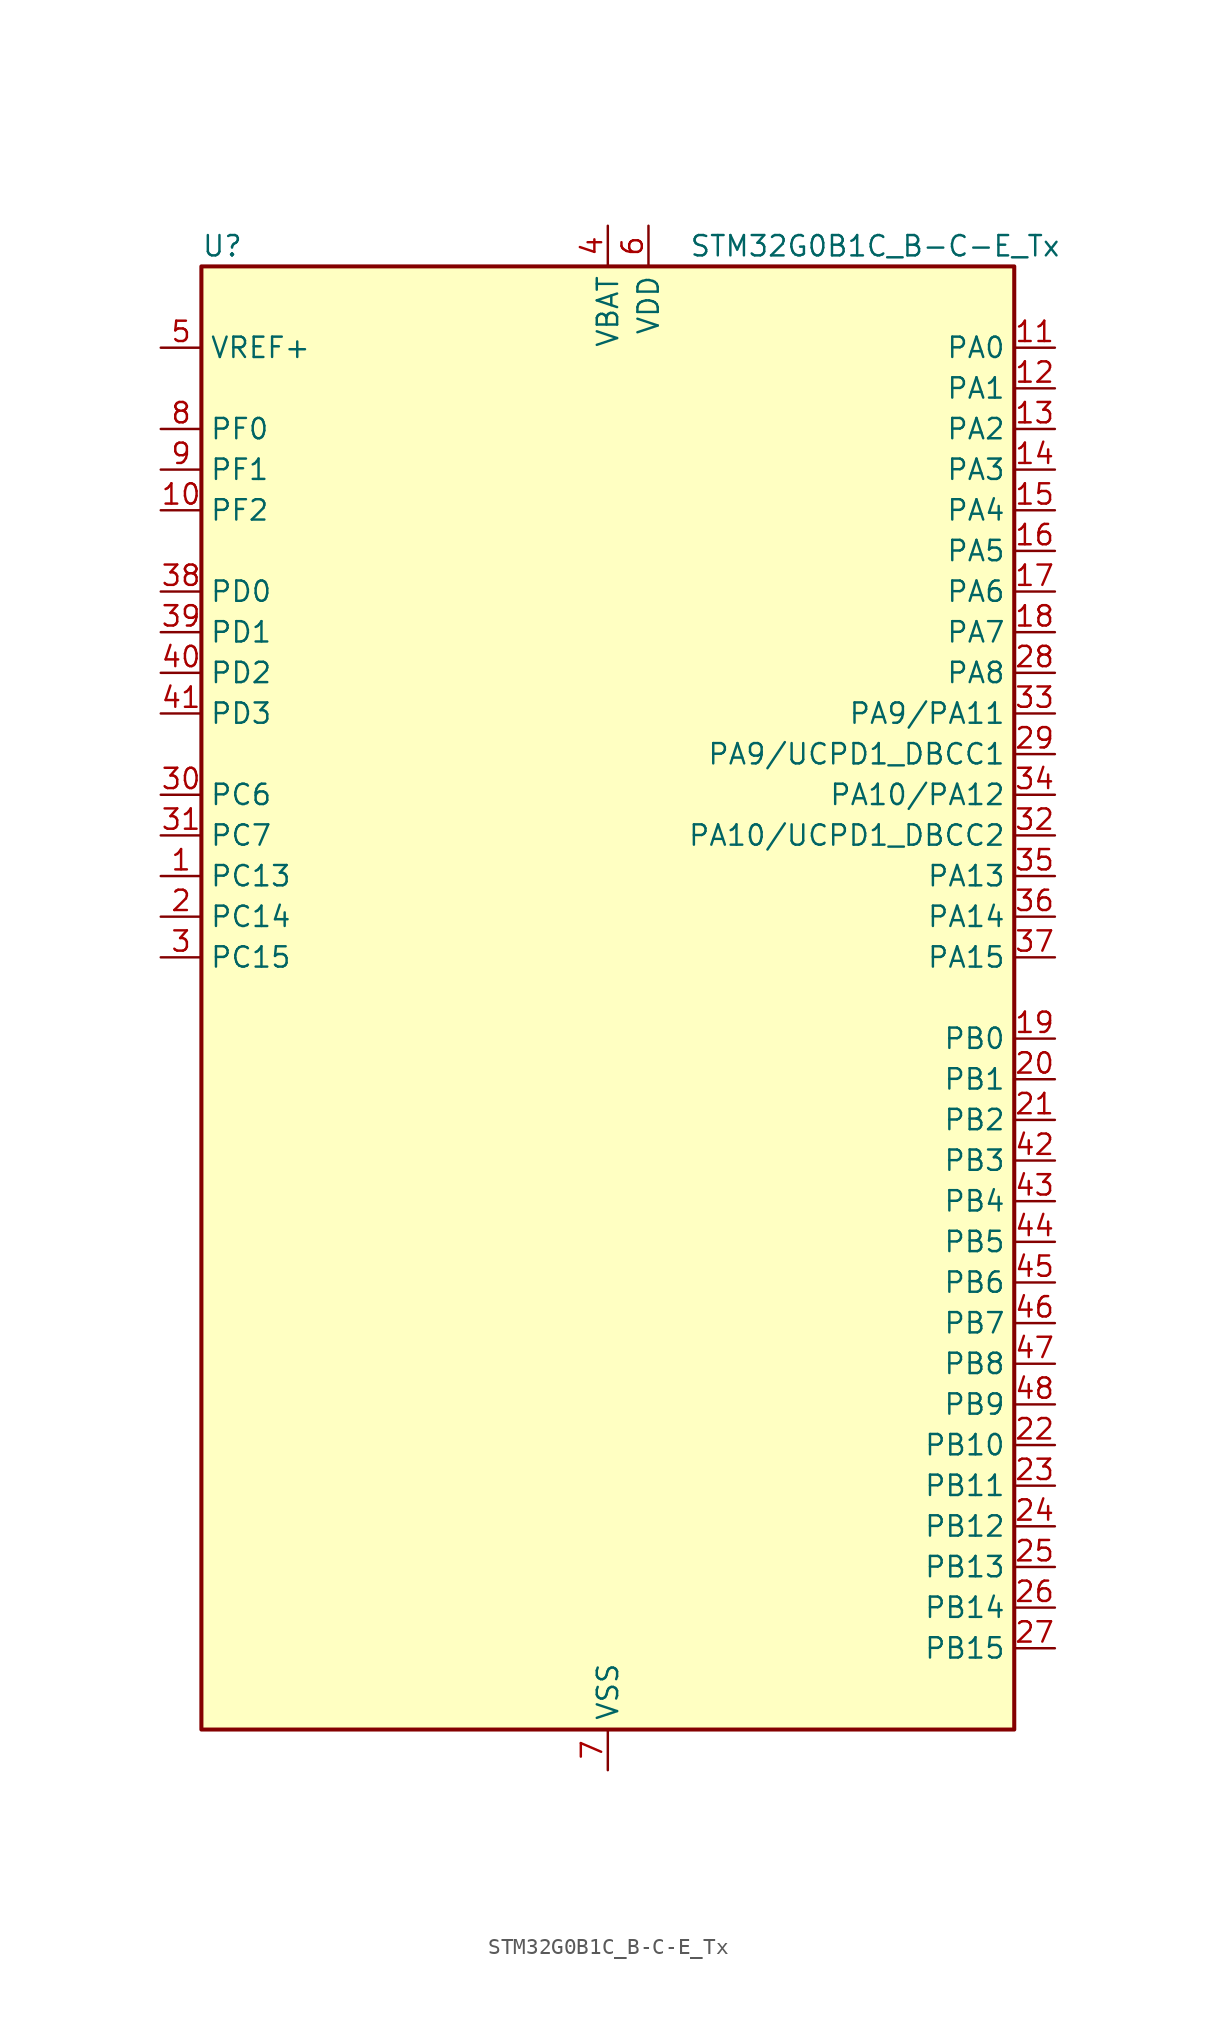
<source format=kicad_sym>
(kicad_symbol_lib
  (version 20231120)
  (generator "kicad-library-utils")
  (generator_version "8.0")
  (symbol "STM32G0B1C_B-C-E_Tx"
    (property "Reference" "U"
      (at -25.4 46.99 0)
      (effects (font (size 1.27 1.27)) (justify left)))
    (property "Value" "STM32G0B1C_B-C-E_Tx"
      (at 5.08 46.99 0)
      (effects (font (size 1.27 1.27)) (justify left)))
    (symbol "STM32G0B1C_B-C-E_Tx_0_1"
      (rectangle (start -25.4 -45.72) (end 25.4 45.72) (stroke (width 0.254) (type default)) (fill (type background))))
    (symbol "STM32G0B1C_B-C-E_Tx_1_1"
      (pin bidirectional line (at -27.94 7.62 0) (length 2.54) (name "PC13" (effects (font (size 1.27 1.27)))) (number "1" (effects (font (size 1.27 1.27)))) (alternate "RTC_OUT1" bidirectional line) (alternate "RTC_TAMP_IN1" bidirectional line) (alternate "RTC_TS" bidirectional line) (alternate "SYS_WKUP2" bidirectional line) (alternate "TIM1_BK" bidirectional line))
      (pin bidirectional line (at -27.94 30.48 0) (length 2.54) (name "PF2" (effects (font (size 1.27 1.27)))) (number "10" (effects (font (size 1.27 1.27)))) (alternate "LPUART2_DE" bidirectional line) (alternate "LPUART2_RTS" bidirectional line) (alternate "LPUART2_TX" bidirectional line) (alternate "RCC_MCO" bidirectional line))
      (pin bidirectional line (at 27.94 40.64 180) (length 2.54) (name "PA0" (effects (font (size 1.27 1.27)))) (number "11" (effects (font (size 1.27 1.27)))) (alternate "ADC1_IN0" bidirectional line) (alternate "COMP1_INM" bidirectional line) (alternate "COMP1_OUT" bidirectional line) (alternate "I2S2_CK" bidirectional line) (alternate "LPTIM1_OUT" bidirectional line) (alternate "RTC_TAMP_IN2" bidirectional line) (alternate "SPI2_SCK" bidirectional line) (alternate "SYS_WKUP1" bidirectional line) (alternate "TIM2_CH1" bidirectional line) (alternate "TIM2_ETR" bidirectional line) (alternate "UCPD2_FRSTX1" bidirectional line) (alternate "UCPD2_FRSTX2" bidirectional line) (alternate "USART2_CTS" bidirectional line) (alternate "USART2_NSS" bidirectional line) (alternate "USART4_TX" bidirectional line))
      (pin bidirectional line (at 27.94 38.1 180) (length 2.54) (name "PA1" (effects (font (size 1.27 1.27)))) (number "12" (effects (font (size 1.27 1.27)))) (alternate "ADC1_IN1" bidirectional line) (alternate "COMP1_INP" bidirectional line) (alternate "I2C1_SMBA" bidirectional line) (alternate "I2S1_CK" bidirectional line) (alternate "SPI1_SCK" bidirectional line) (alternate "TIM15_CH1N" bidirectional line) (alternate "TIM2_CH2" bidirectional line) (alternate "USART2_CK" bidirectional line) (alternate "USART2_DE" bidirectional line) (alternate "USART2_RTS" bidirectional line) (alternate "USART4_RX" bidirectional line))
      (pin bidirectional line (at 27.94 35.56 180) (length 2.54) (name "PA2" (effects (font (size 1.27 1.27)))) (number "13" (effects (font (size 1.27 1.27)))) (alternate "ADC1_IN2" bidirectional line) (alternate "COMP2_INM" bidirectional line) (alternate "COMP2_OUT" bidirectional line) (alternate "I2S1_SD" bidirectional line) (alternate "LPUART1_TX" bidirectional line) (alternate "RCC_LSCO" bidirectional line) (alternate "SPI1_MOSI" bidirectional line) (alternate "SYS_WKUP4" bidirectional line) (alternate "TIM15_CH1" bidirectional line) (alternate "TIM2_CH3" bidirectional line) (alternate "UCPD1_FRSTX1" bidirectional line) (alternate "UCPD1_FRSTX2" bidirectional line) (alternate "USART2_TX" bidirectional line))
      (pin bidirectional line (at 27.94 33.02 180) (length 2.54) (name "PA3" (effects (font (size 1.27 1.27)))) (number "14" (effects (font (size 1.27 1.27)))) (alternate "ADC1_IN3" bidirectional line) (alternate "COMP2_INP" bidirectional line) (alternate "I2S2_MCK" bidirectional line) (alternate "LPUART1_RX" bidirectional line) (alternate "SPI2_MISO" bidirectional line) (alternate "TIM15_CH2" bidirectional line) (alternate "TIM2_CH4" bidirectional line) (alternate "UCPD2_FRSTX1" bidirectional line) (alternate "UCPD2_FRSTX2" bidirectional line) (alternate "USART2_RX" bidirectional line))
      (pin bidirectional line (at 27.94 30.48 180) (length 2.54) (name "PA4" (effects (font (size 1.27 1.27)))) (number "15" (effects (font (size 1.27 1.27)))) (alternate "ADC1_IN4" bidirectional line) (alternate "DAC1_OUT1" bidirectional line) (alternate "I2S1_WS" bidirectional line) (alternate "I2S2_SD" bidirectional line) (alternate "LPTIM2_OUT" bidirectional line) (alternate "RTC_OUT2" bidirectional line) (alternate "SPI1_NSS" bidirectional line) (alternate "SPI2_MOSI" bidirectional line) (alternate "SPI3_NSS" bidirectional line) (alternate "TIM14_CH1" bidirectional line) (alternate "UCPD2_FRSTX1" bidirectional line) (alternate "UCPD2_FRSTX2" bidirectional line) (alternate "USART6_TX" bidirectional line) (alternate "USB_NOE" bidirectional line))
      (pin bidirectional line (at 27.94 27.94 180) (length 2.54) (name "PA5" (effects (font (size 1.27 1.27)))) (number "16" (effects (font (size 1.27 1.27)))) (alternate "ADC1_IN5" bidirectional line) (alternate "CEC" bidirectional line) (alternate "DAC1_OUT2" bidirectional line) (alternate "I2S1_CK" bidirectional line) (alternate "LPTIM2_ETR" bidirectional line) (alternate "SPI1_SCK" bidirectional line) (alternate "TIM2_CH1" bidirectional line) (alternate "TIM2_ETR" bidirectional line) (alternate "UCPD1_FRSTX1" bidirectional line) (alternate "UCPD1_FRSTX2" bidirectional line) (alternate "USART3_TX" bidirectional line) (alternate "USART6_RX" bidirectional line))
      (pin bidirectional line (at 27.94 25.4 180) (length 2.54) (name "PA6" (effects (font (size 1.27 1.27)))) (number "17" (effects (font (size 1.27 1.27)))) (alternate "ADC1_IN6" bidirectional line) (alternate "COMP1_OUT" bidirectional line) (alternate "I2C2_SDA" bidirectional line) (alternate "I2C3_SDA" bidirectional line) (alternate "I2S1_MCK" bidirectional line) (alternate "LPUART1_CTS" bidirectional line) (alternate "SPI1_MISO" bidirectional line) (alternate "TIM16_CH1" bidirectional line) (alternate "TIM1_BK" bidirectional line) (alternate "TIM3_CH1" bidirectional line) (alternate "USART3_CTS" bidirectional line) (alternate "USART3_NSS" bidirectional line) (alternate "USART6_CTS" bidirectional line) (alternate "USART6_NSS" bidirectional line))
      (pin bidirectional line (at 27.94 22.86 180) (length 2.54) (name "PA7" (effects (font (size 1.27 1.27)))) (number "18" (effects (font (size 1.27 1.27)))) (alternate "ADC1_IN7" bidirectional line) (alternate "COMP2_OUT" bidirectional line) (alternate "I2C2_SCL" bidirectional line) (alternate "I2C3_SCL" bidirectional line) (alternate "I2S1_SD" bidirectional line) (alternate "SPI1_MOSI" bidirectional line) (alternate "TIM14_CH1" bidirectional line) (alternate "TIM17_CH1" bidirectional line) (alternate "TIM1_CH1N" bidirectional line) (alternate "TIM3_CH2" bidirectional line) (alternate "UCPD1_FRSTX1" bidirectional line) (alternate "UCPD1_FRSTX2" bidirectional line) (alternate "USART6_CK" bidirectional line) (alternate "USART6_DE" bidirectional line) (alternate "USART6_RTS" bidirectional line))
      (pin bidirectional line (at 27.94 -2.54 180) (length 2.54) (name "PB0" (effects (font (size 1.27 1.27)))) (number "19" (effects (font (size 1.27 1.27)))) (alternate "ADC1_IN8" bidirectional line) (alternate "COMP1_OUT" bidirectional line) (alternate "COMP3_INP" bidirectional line) (alternate "FDCAN2_RX" bidirectional line) (alternate "I2S1_WS" bidirectional line) (alternate "LPTIM1_OUT" bidirectional line) (alternate "LPUART2_CTS" bidirectional line) (alternate "SPI1_NSS" bidirectional line) (alternate "TIM1_CH2N" bidirectional line) (alternate "TIM3_CH3" bidirectional line) (alternate "UCPD1_FRSTX1" bidirectional line) (alternate "UCPD1_FRSTX2" bidirectional line) (alternate "USART3_RX" bidirectional line) (alternate "USART5_TX" bidirectional line))
      (pin bidirectional line (at -27.94 5.08 0) (length 2.54) (name "PC14" (effects (font (size 1.27 1.27)))) (number "2" (effects (font (size 1.27 1.27)))) (alternate "RCC_OSC32_IN" bidirectional line) (alternate "TIM1_BK2" bidirectional line))
      (pin bidirectional line (at 27.94 -5.08 180) (length 2.54) (name "PB1" (effects (font (size 1.27 1.27)))) (number "20" (effects (font (size 1.27 1.27)))) (alternate "ADC1_IN9" bidirectional line) (alternate "COMP1_INM" bidirectional line) (alternate "COMP3_OUT" bidirectional line) (alternate "FDCAN2_TX" bidirectional line) (alternate "LPTIM2_IN1" bidirectional line) (alternate "LPUART1_DE" bidirectional line) (alternate "LPUART1_RTS" bidirectional line) (alternate "LPUART2_DE" bidirectional line) (alternate "LPUART2_RTS" bidirectional line) (alternate "TIM14_CH1" bidirectional line) (alternate "TIM1_CH3N" bidirectional line) (alternate "TIM3_CH4" bidirectional line) (alternate "USART3_CK" bidirectional line) (alternate "USART3_DE" bidirectional line) (alternate "USART3_RTS" bidirectional line) (alternate "USART5_RX" bidirectional line))
      (pin bidirectional line (at 27.94 -7.62 180) (length 2.54) (name "PB2" (effects (font (size 1.27 1.27)))) (number "21" (effects (font (size 1.27 1.27)))) (alternate "ADC1_IN10" bidirectional line) (alternate "COMP1_INP" bidirectional line) (alternate "COMP3_INM" bidirectional line) (alternate "I2S2_MCK" bidirectional line) (alternate "LPTIM1_OUT" bidirectional line) (alternate "RCC_MCO_2" bidirectional line) (alternate "SPI2_MISO" bidirectional line) (alternate "USART3_TX" bidirectional line))
      (pin bidirectional line (at 27.94 -27.94 180) (length 2.54) (name "PB10" (effects (font (size 1.27 1.27)))) (number "22" (effects (font (size 1.27 1.27)))) (alternate "ADC1_IN11" bidirectional line) (alternate "CEC" bidirectional line) (alternate "COMP1_OUT" bidirectional line) (alternate "I2C2_SCL" bidirectional line) (alternate "I2S2_CK" bidirectional line) (alternate "LPUART1_RX" bidirectional line) (alternate "SPI2_SCK" bidirectional line) (alternate "TIM2_CH3" bidirectional line) (alternate "USART3_TX" bidirectional line))
      (pin bidirectional line (at 27.94 -30.48 180) (length 2.54) (name "PB11" (effects (font (size 1.27 1.27)))) (number "23" (effects (font (size 1.27 1.27)))) (alternate "ADC1_EXTI11" bidirectional line) (alternate "ADC1_IN15" bidirectional line) (alternate "COMP2_OUT" bidirectional line) (alternate "I2C2_SDA" bidirectional line) (alternate "I2S2_SD" bidirectional line) (alternate "LPUART1_TX" bidirectional line) (alternate "SPI2_MOSI" bidirectional line) (alternate "TIM2_CH4" bidirectional line) (alternate "USART3_RX" bidirectional line))
      (pin bidirectional line (at 27.94 -33.02 180) (length 2.54) (name "PB12" (effects (font (size 1.27 1.27)))) (number "24" (effects (font (size 1.27 1.27)))) (alternate "ADC1_IN16" bidirectional line) (alternate "FDCAN2_RX" bidirectional line) (alternate "I2C2_SMBA" bidirectional line) (alternate "I2S2_WS" bidirectional line) (alternate "LPUART1_DE" bidirectional line) (alternate "LPUART1_RTS" bidirectional line) (alternate "SPI2_NSS" bidirectional line) (alternate "TIM15_BK" bidirectional line) (alternate "TIM1_BK" bidirectional line) (alternate "UCPD2_FRSTX1" bidirectional line) (alternate "UCPD2_FRSTX2" bidirectional line))
      (pin bidirectional line (at 27.94 -35.56 180) (length 2.54) (name "PB13" (effects (font (size 1.27 1.27)))) (number "25" (effects (font (size 1.27 1.27)))) (alternate "FDCAN2_TX" bidirectional line) (alternate "I2C2_SCL" bidirectional line) (alternate "I2S2_CK" bidirectional line) (alternate "LPUART1_CTS" bidirectional line) (alternate "SPI2_SCK" bidirectional line) (alternate "TIM15_CH1N" bidirectional line) (alternate "TIM1_CH1N" bidirectional line) (alternate "USART3_CTS" bidirectional line) (alternate "USART3_NSS" bidirectional line))
      (pin bidirectional line (at 27.94 -38.1 180) (length 2.54) (name "PB14" (effects (font (size 1.27 1.27)))) (number "26" (effects (font (size 1.27 1.27)))) (alternate "I2C2_SDA" bidirectional line) (alternate "I2S2_MCK" bidirectional line) (alternate "SPI2_MISO" bidirectional line) (alternate "TIM15_CH1" bidirectional line) (alternate "TIM1_CH2N" bidirectional line) (alternate "UCPD1_FRSTX1" bidirectional line) (alternate "UCPD1_FRSTX2" bidirectional line) (alternate "USART3_CK" bidirectional line) (alternate "USART3_DE" bidirectional line) (alternate "USART3_RTS" bidirectional line) (alternate "USART6_CK" bidirectional line) (alternate "USART6_DE" bidirectional line) (alternate "USART6_RTS" bidirectional line))
      (pin bidirectional line (at 27.94 -40.64 180) (length 2.54) (name "PB15" (effects (font (size 1.27 1.27)))) (number "27" (effects (font (size 1.27 1.27)))) (alternate "I2S2_SD" bidirectional line) (alternate "RTC_REFIN" bidirectional line) (alternate "SPI2_MOSI" bidirectional line) (alternate "TIM15_CH1N" bidirectional line) (alternate "TIM15_CH2" bidirectional line) (alternate "TIM1_CH3N" bidirectional line) (alternate "UCPD1_CC2" bidirectional line) (alternate "USART6_CTS" bidirectional line) (alternate "USART6_NSS" bidirectional line))
      (pin bidirectional line (at 27.94 20.32 180) (length 2.54) (name "PA8" (effects (font (size 1.27 1.27)))) (number "28" (effects (font (size 1.27 1.27)))) (alternate "CRS1_SYNC" bidirectional line) (alternate "I2C2_SMBA" bidirectional line) (alternate "I2S2_WS" bidirectional line) (alternate "LPTIM2_OUT" bidirectional line) (alternate "RCC_MCO" bidirectional line) (alternate "SPI2_NSS" bidirectional line) (alternate "TIM1_CH1" bidirectional line) (alternate "UCPD1_CC1" bidirectional line))
      (pin bidirectional line (at 27.94 15.24 180) (length 2.54) (name "PA9/UCPD1_DBCC1" (effects (font (size 1.27 1.27)))) (number "29" (effects (font (size 1.27 1.27)))) (alternate "PA9" bidirectional line) (alternate "DAC1_EXTI9 (PA9)" bidirectional line) (alternate "I2C1_SCL (PA9)" bidirectional line) (alternate "I2C2_SCL (PA9)" bidirectional line) (alternate "I2S2_MCK (PA9)" bidirectional line) (alternate "RCC_MCO (PA9)" bidirectional line) (alternate "SPI2_MISO (PA9)" bidirectional line) (alternate "TIM15_BK (PA9)" bidirectional line) (alternate "TIM1_CH2 (PA9)" bidirectional line) (alternate "UCPD1_DBCC1 (PA9)" bidirectional line) (alternate "USART1_TX (PA9)" bidirectional line) (alternate "UCPD1_DBCC1" bidirectional line) (alternate "UCPD1_DBCC1 (UCPD1_DBCC1)" bidirectional line))
      (pin bidirectional line (at -27.94 2.54 0) (length 2.54) (name "PC15" (effects (font (size 1.27 1.27)))) (number "3" (effects (font (size 1.27 1.27)))) (alternate "RCC_OSC32_EN" bidirectional line) (alternate "RCC_OSC32_OUT" bidirectional line) (alternate "RCC_OSC_EN" bidirectional line) (alternate "TIM15_BK" bidirectional line))
      (pin bidirectional line (at -27.94 12.7 0) (length 2.54) (name "PC6" (effects (font (size 1.27 1.27)))) (number "30" (effects (font (size 1.27 1.27)))) (alternate "LPUART2_TX" bidirectional line) (alternate "TIM2_CH3" bidirectional line) (alternate "TIM3_CH1" bidirectional line) (alternate "UCPD1_FRSTX1" bidirectional line) (alternate "UCPD1_FRSTX2" bidirectional line))
      (pin bidirectional line (at -27.94 10.16 0) (length 2.54) (name "PC7" (effects (font (size 1.27 1.27)))) (number "31" (effects (font (size 1.27 1.27)))) (alternate "LPUART2_RX" bidirectional line) (alternate "TIM2_CH4" bidirectional line) (alternate "TIM3_CH2" bidirectional line) (alternate "UCPD2_FRSTX1" bidirectional line) (alternate "UCPD2_FRSTX2" bidirectional line))
      (pin bidirectional line (at 27.94 10.16 180) (length 2.54) (name "PA10/UCPD1_DBCC2" (effects (font (size 1.27 1.27)))) (number "32" (effects (font (size 1.27 1.27)))) (alternate "PA10" bidirectional line) (alternate "I2C1_SDA (PA10)" bidirectional line) (alternate "I2C2_SDA (PA10)" bidirectional line) (alternate "I2S2_SD (PA10)" bidirectional line) (alternate "RCC_MCO_2 (PA10)" bidirectional line) (alternate "SPI2_MOSI (PA10)" bidirectional line) (alternate "TIM17_BK (PA10)" bidirectional line) (alternate "TIM1_CH3 (PA10)" bidirectional line) (alternate "UCPD1_DBCC2 (PA10)" bidirectional line) (alternate "USART1_RX (PA10)" bidirectional line) (alternate "UCPD1_DBCC2" bidirectional line) (alternate "UCPD1_DBCC2 (UCPD1_DBCC2)" bidirectional line))
      (pin bidirectional line (at 27.94 17.78 180) (length 2.54) (name "PA9/PA11" (effects (font (size 1.27 1.27)))) (number "33" (effects (font (size 1.27 1.27)))) (alternate "PA9" bidirectional line) (alternate "DAC1_EXTI9 (PA9)" bidirectional line) (alternate "I2C1_SCL (PA9)" bidirectional line) (alternate "I2C2_SCL (PA9)" bidirectional line) (alternate "I2S2_MCK (PA9)" bidirectional line) (alternate "RCC_MCO (PA9)" bidirectional line) (alternate "SPI2_MISO (PA9)" bidirectional line) (alternate "TIM15_BK (PA9)" bidirectional line) (alternate "TIM1_CH2 (PA9)" bidirectional line) (alternate "UCPD1_DBCC1 (PA9)" bidirectional line) (alternate "USART1_TX (PA9)" bidirectional line) (alternate "PA11" bidirectional line) (alternate "ADC1_EXTI11 (PA11)" bidirectional line) (alternate "COMP1_OUT (PA11)" bidirectional line) (alternate "FDCAN1_RX (PA11)" bidirectional line) (alternate "I2C2_SCL (PA11)" bidirectional line) (alternate "I2S1_MCK (PA11)" bidirectional line) (alternate "SPI1_MISO (PA11)" bidirectional line) (alternate "TIM1_BK2 (PA11)" bidirectional line) (alternate "TIM1_CH4 (PA11)" bidirectional line) (alternate "USART1_CTS (PA11)" bidirectional line) (alternate "USART1_NSS (PA11)" bidirectional line) (alternate "USB_DM (PA11)" bidirectional line))
      (pin bidirectional line (at 27.94 12.7 180) (length 2.54) (name "PA10/PA12" (effects (font (size 1.27 1.27)))) (number "34" (effects (font (size 1.27 1.27)))) (alternate "PA10" bidirectional line) (alternate "I2C1_SDA (PA10)" bidirectional line) (alternate "I2C2_SDA (PA10)" bidirectional line) (alternate "I2S2_SD (PA10)" bidirectional line) (alternate "RCC_MCO_2 (PA10)" bidirectional line) (alternate "SPI2_MOSI (PA10)" bidirectional line) (alternate "TIM17_BK (PA10)" bidirectional line) (alternate "TIM1_CH3 (PA10)" bidirectional line) (alternate "UCPD1_DBCC2 (PA10)" bidirectional line) (alternate "USART1_RX (PA10)" bidirectional line) (alternate "PA12" bidirectional line) (alternate "COMP2_OUT (PA12)" bidirectional line) (alternate "FDCAN1_TX (PA12)" bidirectional line) (alternate "I2C2_SDA (PA12)" bidirectional line) (alternate "I2S1_SD (PA12)" bidirectional line) (alternate "I2S_CKIN (PA12)" bidirectional line) (alternate "SPI1_MOSI (PA12)" bidirectional line) (alternate "TIM1_ETR (PA12)" bidirectional line) (alternate "USART1_CK (PA12)" bidirectional line) (alternate "USART1_DE (PA12)" bidirectional line) (alternate "USART1_RTS (PA12)" bidirectional line) (alternate "USB_DP (PA12)" bidirectional line))
      (pin bidirectional line (at 27.94 7.62 180) (length 2.54) (name "PA13" (effects (font (size 1.27 1.27)))) (number "35" (effects (font (size 1.27 1.27)))) (alternate "IR_OUT" bidirectional line) (alternate "LPUART2_RX" bidirectional line) (alternate "SYS_SWDIO" bidirectional line) (alternate "USB_NOE" bidirectional line))
      (pin bidirectional line (at 27.94 5.08 180) (length 2.54) (name "PA14" (effects (font (size 1.27 1.27)))) (number "36" (effects (font (size 1.27 1.27)))) (alternate "LPUART2_TX" bidirectional line) (alternate "SYS_SWCLK" bidirectional line) (alternate "USART2_TX" bidirectional line))
      (pin bidirectional line (at 27.94 2.54 180) (length 2.54) (name "PA15" (effects (font (size 1.27 1.27)))) (number "37" (effects (font (size 1.27 1.27)))) (alternate "I2C2_SMBA" bidirectional line) (alternate "I2S1_WS" bidirectional line) (alternate "RCC_MCO_2" bidirectional line) (alternate "SPI1_NSS" bidirectional line) (alternate "SPI3_NSS" bidirectional line) (alternate "TIM2_CH1" bidirectional line) (alternate "TIM2_ETR" bidirectional line) (alternate "USART2_RX" bidirectional line) (alternate "USART3_CK" bidirectional line) (alternate "USART3_DE" bidirectional line) (alternate "USART3_RTS" bidirectional line) (alternate "USART4_CK" bidirectional line) (alternate "USART4_DE" bidirectional line) (alternate "USART4_RTS" bidirectional line) (alternate "USB_NOE" bidirectional line))
      (pin bidirectional line (at -27.94 25.4 0) (length 2.54) (name "PD0" (effects (font (size 1.27 1.27)))) (number "38" (effects (font (size 1.27 1.27)))) (alternate "FDCAN1_RX" bidirectional line) (alternate "I2S2_WS" bidirectional line) (alternate "SPI2_NSS" bidirectional line) (alternate "TIM16_CH1" bidirectional line) (alternate "UCPD2_CC1" bidirectional line))
      (pin bidirectional line (at -27.94 22.86 0) (length 2.54) (name "PD1" (effects (font (size 1.27 1.27)))) (number "39" (effects (font (size 1.27 1.27)))) (alternate "FDCAN1_TX" bidirectional line) (alternate "I2S2_CK" bidirectional line) (alternate "SPI2_SCK" bidirectional line) (alternate "TIM17_CH1" bidirectional line) (alternate "UCPD2_DBCC1" bidirectional line))
      (pin power_in line (at 0 48.26 270) (length 2.54) (name "VBAT" (effects (font (size 1.27 1.27)))) (number "4" (effects (font (size 1.27 1.27)))))
      (pin bidirectional line (at -27.94 20.32 0) (length 2.54) (name "PD2" (effects (font (size 1.27 1.27)))) (number "40" (effects (font (size 1.27 1.27)))) (alternate "TIM1_CH1N" bidirectional line) (alternate "TIM3_ETR" bidirectional line) (alternate "UCPD2_CC2" bidirectional line) (alternate "USART3_CK" bidirectional line) (alternate "USART3_DE" bidirectional line) (alternate "USART3_RTS" bidirectional line) (alternate "USART5_RX" bidirectional line))
      (pin bidirectional line (at -27.94 17.78 0) (length 2.54) (name "PD3" (effects (font (size 1.27 1.27)))) (number "41" (effects (font (size 1.27 1.27)))) (alternate "I2S2_MCK" bidirectional line) (alternate "SPI2_MISO" bidirectional line) (alternate "TIM1_CH2N" bidirectional line) (alternate "UCPD2_DBCC2" bidirectional line) (alternate "USART2_CTS" bidirectional line) (alternate "USART2_NSS" bidirectional line) (alternate "USART5_TX" bidirectional line))
      (pin bidirectional line (at 27.94 -10.16 180) (length 2.54) (name "PB3" (effects (font (size 1.27 1.27)))) (number "42" (effects (font (size 1.27 1.27)))) (alternate "COMP2_INM" bidirectional line) (alternate "I2C2_SCL" bidirectional line) (alternate "I2C3_SCL" bidirectional line) (alternate "I2S1_CK" bidirectional line) (alternate "SPI1_SCK" bidirectional line) (alternate "SPI3_SCK" bidirectional line) (alternate "TIM1_CH2" bidirectional line) (alternate "TIM2_CH2" bidirectional line) (alternate "USART1_CK" bidirectional line) (alternate "USART1_DE" bidirectional line) (alternate "USART1_RTS" bidirectional line) (alternate "USART5_TX" bidirectional line))
      (pin bidirectional line (at 27.94 -12.7 180) (length 2.54) (name "PB4" (effects (font (size 1.27 1.27)))) (number "43" (effects (font (size 1.27 1.27)))) (alternate "COMP2_INP" bidirectional line) (alternate "I2C2_SDA" bidirectional line) (alternate "I2C3_SDA" bidirectional line) (alternate "I2S1_MCK" bidirectional line) (alternate "SPI1_MISO" bidirectional line) (alternate "SPI3_MISO" bidirectional line) (alternate "TIM17_BK" bidirectional line) (alternate "TIM3_CH1" bidirectional line) (alternate "USART1_CTS" bidirectional line) (alternate "USART1_NSS" bidirectional line) (alternate "USART5_RX" bidirectional line))
      (pin bidirectional line (at 27.94 -15.24 180) (length 2.54) (name "PB5" (effects (font (size 1.27 1.27)))) (number "44" (effects (font (size 1.27 1.27)))) (alternate "COMP2_OUT" bidirectional line) (alternate "FDCAN2_RX" bidirectional line) (alternate "I2C1_SMBA" bidirectional line) (alternate "I2S1_SD" bidirectional line) (alternate "LPTIM1_IN1" bidirectional line) (alternate "SPI1_MOSI" bidirectional line) (alternate "SPI3_MOSI" bidirectional line) (alternate "SYS_WKUP6" bidirectional line) (alternate "TIM16_BK" bidirectional line) (alternate "TIM3_CH2" bidirectional line) (alternate "USART5_CK" bidirectional line) (alternate "USART5_DE" bidirectional line) (alternate "USART5_RTS" bidirectional line))
      (pin bidirectional line (at 27.94 -17.78 180) (length 2.54) (name "PB6" (effects (font (size 1.27 1.27)))) (number "45" (effects (font (size 1.27 1.27)))) (alternate "COMP2_INP" bidirectional line) (alternate "FDCAN2_TX" bidirectional line) (alternate "I2C1_SCL" bidirectional line) (alternate "I2S2_MCK" bidirectional line) (alternate "LPTIM1_ETR" bidirectional line) (alternate "LPUART2_TX" bidirectional line) (alternate "SPI2_MISO" bidirectional line) (alternate "TIM16_CH1N" bidirectional line) (alternate "TIM1_CH3" bidirectional line) (alternate "TIM4_CH1" bidirectional line) (alternate "USART1_TX" bidirectional line) (alternate "USART5_CTS" bidirectional line) (alternate "USART5_NSS" bidirectional line))
      (pin bidirectional line (at 27.94 -20.32 180) (length 2.54) (name "PB7" (effects (font (size 1.27 1.27)))) (number "46" (effects (font (size 1.27 1.27)))) (alternate "COMP2_INM" bidirectional line) (alternate "I2C1_SDA" bidirectional line) (alternate "I2S2_SD" bidirectional line) (alternate "LPTIM1_IN2" bidirectional line) (alternate "LPUART2_RX" bidirectional line) (alternate "SPI2_MOSI" bidirectional line) (alternate "SYS_PVD_IN" bidirectional line) (alternate "TIM17_CH1N" bidirectional line) (alternate "TIM4_CH2" bidirectional line) (alternate "USART1_RX" bidirectional line) (alternate "USART4_CTS" bidirectional line) (alternate "USART4_NSS" bidirectional line))
      (pin bidirectional line (at 27.94 -22.86 180) (length 2.54) (name "PB8" (effects (font (size 1.27 1.27)))) (number "47" (effects (font (size 1.27 1.27)))) (alternate "CEC" bidirectional line) (alternate "FDCAN1_RX" bidirectional line) (alternate "I2C1_SCL" bidirectional line) (alternate "I2S2_CK" bidirectional line) (alternate "SPI2_SCK" bidirectional line) (alternate "TIM15_BK" bidirectional line) (alternate "TIM16_CH1" bidirectional line) (alternate "TIM4_CH3" bidirectional line) (alternate "USART3_TX" bidirectional line) (alternate "USART6_TX" bidirectional line))
      (pin bidirectional line (at 27.94 -25.4 180) (length 2.54) (name "PB9" (effects (font (size 1.27 1.27)))) (number "48" (effects (font (size 1.27 1.27)))) (alternate "DAC1_EXTI9" bidirectional line) (alternate "FDCAN1_TX" bidirectional line) (alternate "I2C1_SDA" bidirectional line) (alternate "I2S2_WS" bidirectional line) (alternate "IR_OUT" bidirectional line) (alternate "SPI2_NSS" bidirectional line) (alternate "TIM17_CH1" bidirectional line) (alternate "TIM4_CH4" bidirectional line) (alternate "UCPD2_FRSTX1" bidirectional line) (alternate "UCPD2_FRSTX2" bidirectional line) (alternate "USART3_RX" bidirectional line) (alternate "USART6_RX" bidirectional line))
      (pin input line (at -27.94 40.64 0) (length 2.54) (name "VREF+" (effects (font (size 1.27 1.27)))) (number "5" (effects (font (size 1.27 1.27)))) (alternate "VREFBUF_OUT" bidirectional line))
      (pin power_in line (at 2.54 48.26 270) (length 2.54) (name "VDD" (effects (font (size 1.27 1.27)))) (number "6" (effects (font (size 1.27 1.27)))))
      (pin power_in line (at 0 -48.26 90) (length 2.54) (name "VSS" (effects (font (size 1.27 1.27)))) (number "7" (effects (font (size 1.27 1.27)))))
      (pin bidirectional line (at -27.94 35.56 0) (length 2.54) (name "PF0" (effects (font (size 1.27 1.27)))) (number "8" (effects (font (size 1.27 1.27)))) (alternate "CRS1_SYNC" bidirectional line) (alternate "RCC_OSC_IN" bidirectional line) (alternate "TIM14_CH1" bidirectional line))
      (pin bidirectional line (at -27.94 33.02 0) (length 2.54) (name "PF1" (effects (font (size 1.27 1.27)))) (number "9" (effects (font (size 1.27 1.27)))) (alternate "RCC_OSC_EN" bidirectional line) (alternate "RCC_OSC_OUT" bidirectional line) (alternate "TIM15_CH1N" bidirectional line)))))
</source>
